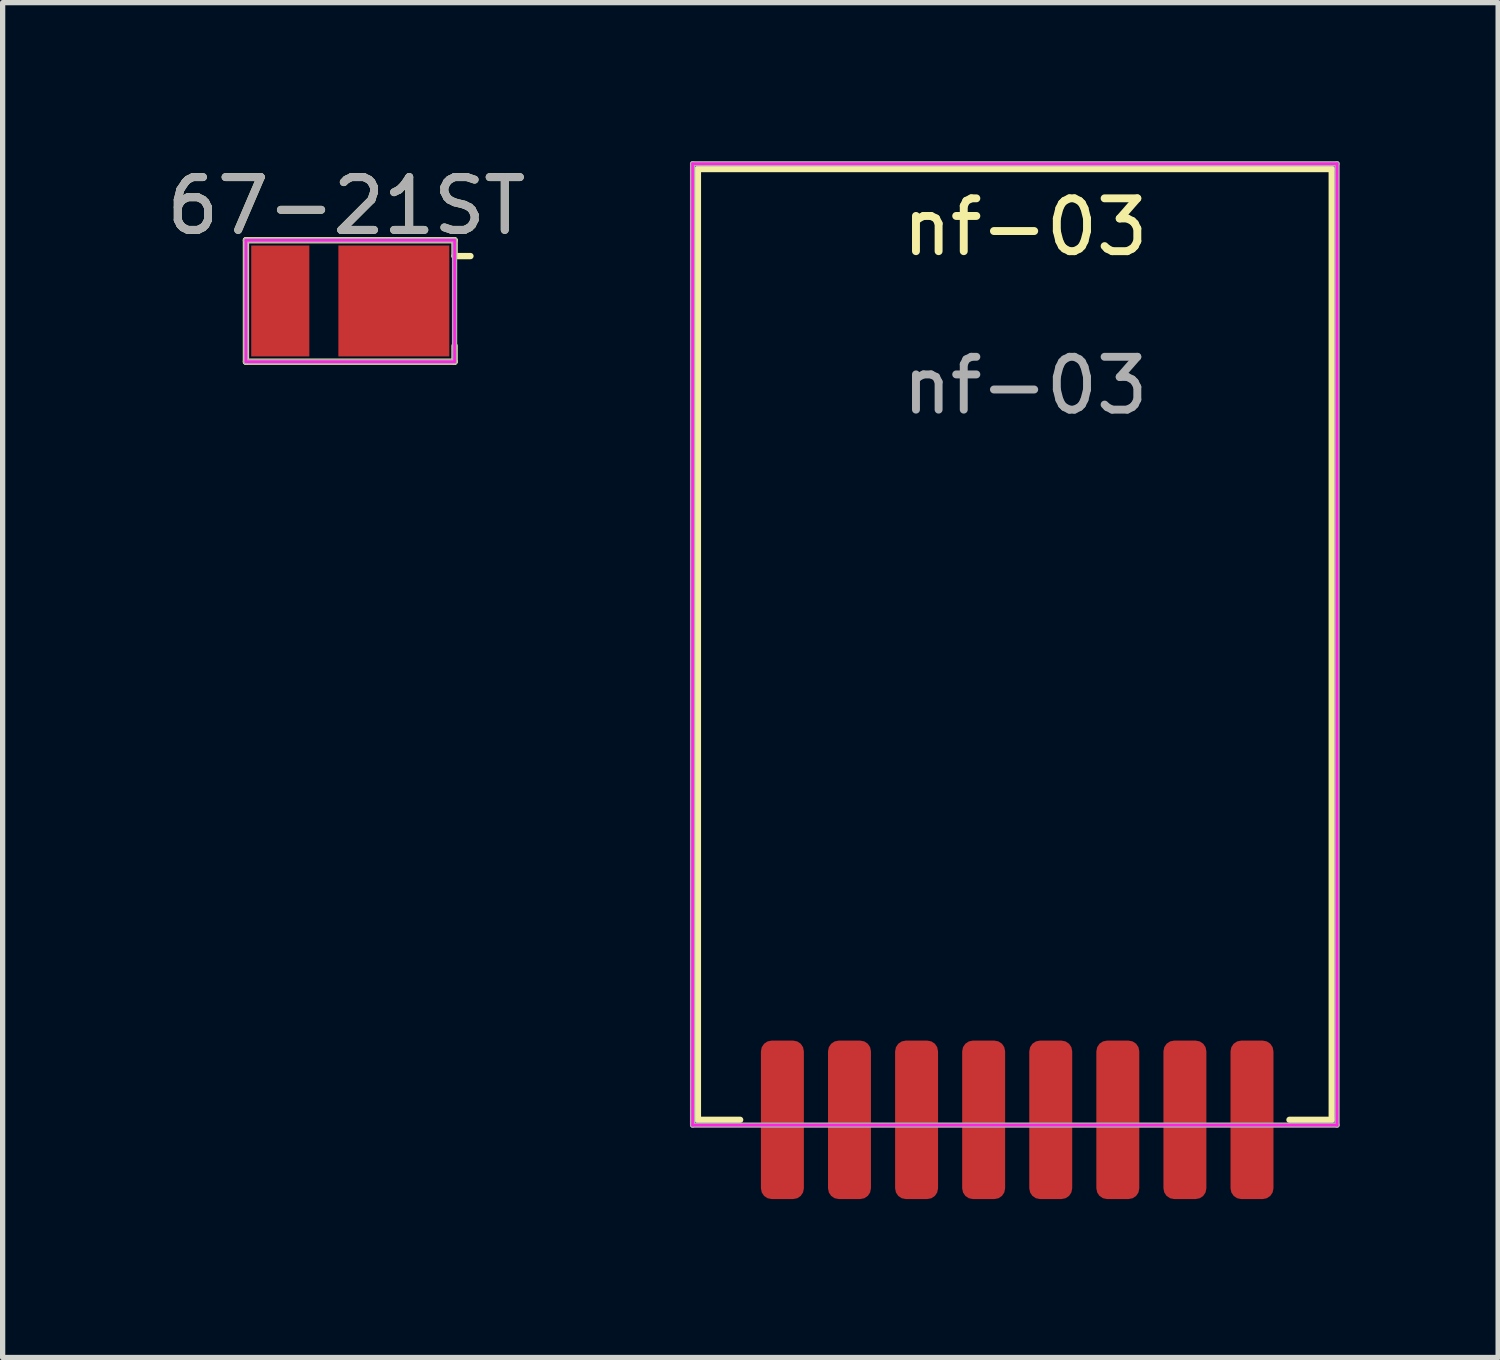
<source format=kicad_pcb>
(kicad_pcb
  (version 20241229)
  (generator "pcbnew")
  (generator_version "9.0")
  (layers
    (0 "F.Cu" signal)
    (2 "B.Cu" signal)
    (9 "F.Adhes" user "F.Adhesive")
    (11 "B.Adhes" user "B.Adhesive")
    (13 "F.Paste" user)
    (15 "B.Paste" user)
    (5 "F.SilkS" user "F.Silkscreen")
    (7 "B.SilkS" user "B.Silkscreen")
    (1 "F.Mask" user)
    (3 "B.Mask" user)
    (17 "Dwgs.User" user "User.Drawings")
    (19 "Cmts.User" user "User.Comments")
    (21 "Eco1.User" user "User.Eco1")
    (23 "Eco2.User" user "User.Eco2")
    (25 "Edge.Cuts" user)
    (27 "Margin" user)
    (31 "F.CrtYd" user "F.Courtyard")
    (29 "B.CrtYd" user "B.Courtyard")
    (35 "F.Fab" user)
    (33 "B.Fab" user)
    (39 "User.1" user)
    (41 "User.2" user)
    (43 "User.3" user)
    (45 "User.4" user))
  (footprint "67-21ST"
    (layer "F.Cu")
    (at 3.631 2.598)
    (property "Reference" "67-21ST" (at -0.125 -1.75 0) (unlocked yes) (layer "F.SilkS") (effects (font (size 1 1) (thickness 0.15))))
    (attr smd)
    (fp_line (start -2.025 -1.1) (end 1.925 -1.1) (stroke (width 0.12) (type solid)) (layer "F.SilkS"))
    (fp_line (start -2.025 1.2) (end -2.025 -1.1) (stroke (width 0.12) (type solid)) (layer "F.SilkS"))
    (fp_line (start 1.925 -1.1) (end 1.925 -0.8) (stroke (width 0.12) (type solid)) (layer "F.SilkS"))
    (fp_line (start 1.925 -0.8) (end 2.225 -0.8) (stroke (width 0.12) (type solid)) (layer "F.SilkS"))
    (fp_line (start 1.925 1.2) (end -2.025 1.2) (stroke (width 0.12) (type solid)) (layer "F.SilkS"))
    (fp_line (start 1.925 1.2) (end 1.925 0.9) (stroke (width 0.12) (type solid)) (layer "F.SilkS"))
    (fp_line (start -2.025 -1.1) (end 1.925 -1.1) (stroke (width 0.05) (type solid)) (layer "F.CrtYd"))
    (fp_line (start -2.025 1.2) (end -2.025 -1.1) (stroke (width 0.05) (type solid)) (layer "F.CrtYd"))
    (fp_line (start 1.925 -1.1) (end 1.925 1.2) (stroke (width 0.05) (type solid)) (layer "F.CrtYd"))
    (fp_line (start 1.925 1.2) (end -2.025 1.2) (stroke (width 0.05) (type solid)) (layer "F.CrtYd"))
    (fp_line (start -2.025 -1.1) (end 1.925 -1.1) (stroke (width 0.1) (type solid)) (layer "F.Fab"))
    (fp_line (start -2.025 1.2) (end -2.025 -1.1) (stroke (width 0.1) (type solid)) (layer "F.Fab"))
    (fp_line (start 1.925 -1.1) (end 1.925 1.2) (stroke (width 0.1) (type solid)) (layer "F.Fab"))
    (fp_line (start 1.925 1.2) (end -2.025 1.2) (stroke (width 0.1) (type solid)) (layer "F.Fab"))
    (fp_text user "${REFERENCE}" (at -0.125 -1.75 0) (unlocked yes) (layer "F.Fab") (effects (font (size 1 1) (thickness 0.15))))
    (pad "1" smd rect (at 0.775 0.05) (size 2.1 2.1) (layers "F.Cu" "F.Mask" "F.Paste"))
    (pad "2" smd rect (at -1.375 0.05) (size 1.1 2.1) (layers "F.Cu" "F.Mask" "F.Paste")))
  (footprint "nf-03"
    (layer "F.Cu")
    (at 11.762 18.15)
    (property "Reference" "nf-03" (at 4.6 -16.9 0) (unlocked yes) (layer "F.SilkS") (effects (font (size 1 1) (thickness 0.15))))
    (attr smd)
    (fp_line (start -1.6 -18) (end 10.4 -18) (stroke (width 0.12) (type solid)) (layer "F.SilkS"))
    (fp_line (start -1.6 0) (end -1.6 -18) (stroke (width 0.12) (type solid)) (layer "F.SilkS"))
    (fp_line (start -1.6 0) (end -0.8 0) (stroke (width 0.12) (type solid)) (layer "F.SilkS"))
    (fp_line (start 10.4 -18) (end 10.4 0) (stroke (width 0.12) (type solid)) (layer "F.SilkS"))
    (fp_line (start 10.4 0) (end 9.6 0) (stroke (width 0.12) (type solid)) (layer "F.SilkS"))
    (fp_line (start 10.4 -11.4) (end -1.6 -11.4) (stroke (width 0.12) (type solid)) (layer "Eco1.User"))
    (fp_line (start -1.7 -18.1) (end 10.5 -18.1) (stroke (width 0.05) (type solid)) (layer "F.CrtYd"))
    (fp_line (start -1.7 0.1) (end -1.7 -18.1) (stroke (width 0.05) (type solid)) (layer "F.CrtYd"))
    (fp_line (start 10.5 -18.1) (end 10.5 0.1) (stroke (width 0.05) (type solid)) (layer "F.CrtYd"))
    (fp_line (start 10.5 0.1) (end -1.7 0.1) (stroke (width 0.05) (type solid)) (layer "F.CrtYd"))
    (fp_line (start -1.7 -18.1) (end 10.5 -18.1) (stroke (width 0.1) (type solid)) (layer "F.Fab"))
    (fp_line (start -1.7 0.1) (end -1.7 -18.1) (stroke (width 0.1) (type solid)) (layer "F.Fab"))
    (fp_line (start 10.5 -18.1) (end 10.5 0.1) (stroke (width 0.1) (type solid)) (layer "F.Fab"))
    (fp_line (start 10.5 0.1) (end -1.7 0.1) (stroke (width 0.1) (type solid)) (layer "F.Fab"))
    (fp_text user "No Copper Area" (at 4.4 -12.6 0) (unlocked yes) (layer "Eco1.User") (effects (font (size 1 1) (thickness 0.15))))
    (fp_text user "${REFERENCE}" (at 4.6 -13.9 0) (unlocked yes) (layer "F.Fab") (effects (font (size 1 1) (thickness 0.15))))
    (pad "1" smd roundrect (at 0 0) (size 0.813 3) (layers "F.Cu" "F.Mask" "F.Paste") (roundrect_rratio 0.25))
    (pad "2" smd roundrect (at 1.27 0) (size 0.813 3) (layers "F.Cu" "F.Mask" "F.Paste") (roundrect_rratio 0.25))
    (pad "3" smd roundrect (at 2.54 0) (size 0.813 3) (layers "F.Cu" "F.Mask" "F.Paste") (roundrect_rratio 0.25))
    (pad "4" smd roundrect (at 3.81 0) (size 0.813 3) (layers "F.Cu" "F.Mask" "F.Paste") (roundrect_rratio 0.25))
    (pad "5" smd roundrect (at 5.08 0) (size 0.813 3) (layers "F.Cu" "F.Mask" "F.Paste") (roundrect_rratio 0.25))
    (pad "6" smd roundrect (at 6.35 0) (size 0.813 3) (layers "F.Cu" "F.Mask" "F.Paste") (roundrect_rratio 0.25))
    (pad "7" smd roundrect (at 7.62 0) (size 0.813 3) (layers "F.Cu" "F.Mask" "F.Paste") (roundrect_rratio 0.25))
    (pad "8" smd roundrect (at 8.89 0) (size 0.813 3) (layers "F.Cu" "F.Mask" "F.Paste") (roundrect_rratio 0.25)))
  (gr_rect
    (start -3 -3)
    (end 25.312 22.65)
    (stroke (width 0.1) (type default))
    (fill no)
    (layer "Edge.Cuts")))
</source>
